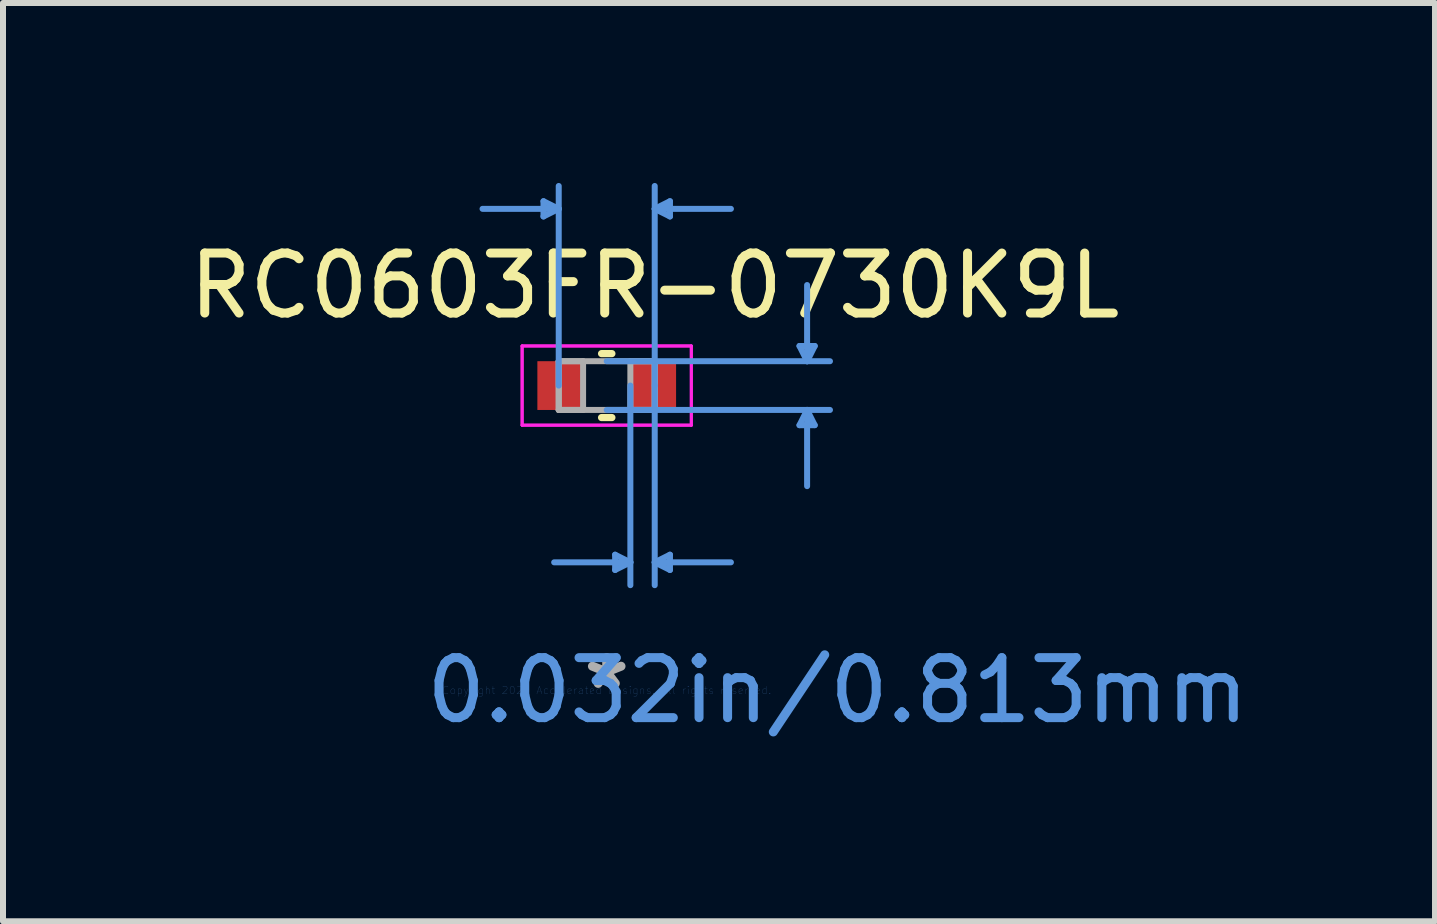
<source format=kicad_pcb>
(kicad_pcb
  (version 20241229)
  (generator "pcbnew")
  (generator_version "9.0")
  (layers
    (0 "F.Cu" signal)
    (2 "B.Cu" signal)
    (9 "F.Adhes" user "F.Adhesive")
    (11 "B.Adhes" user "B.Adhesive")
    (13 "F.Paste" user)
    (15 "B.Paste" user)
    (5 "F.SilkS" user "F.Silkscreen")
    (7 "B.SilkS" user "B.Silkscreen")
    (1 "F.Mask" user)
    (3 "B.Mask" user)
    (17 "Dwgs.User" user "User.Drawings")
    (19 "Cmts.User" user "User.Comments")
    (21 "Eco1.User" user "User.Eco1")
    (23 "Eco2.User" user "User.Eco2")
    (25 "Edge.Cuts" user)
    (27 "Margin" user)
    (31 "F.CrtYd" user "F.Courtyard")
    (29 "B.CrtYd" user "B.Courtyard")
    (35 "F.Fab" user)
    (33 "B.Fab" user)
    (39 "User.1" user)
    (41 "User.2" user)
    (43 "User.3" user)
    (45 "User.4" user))
  (footprint "RC0603FR-0730K9L"
    (layer "F.Cu")
    (at 7.063 3.377)
    (property "Reference" "RC0603FR-0730K9L" (at 0.8 -1.664 0) (layer "F.SilkS") (effects (font (size 1 1) (thickness 0.15))))
    (attr through_hole)
    (fp_line (start -0.086 0.533) (end 0.086 0.533) (stroke (width 0.12) (type solid)) (layer "F.SilkS"))
    (fp_line (start 0.086 -0.533) (end -0.086 -0.533) (stroke (width 0.12) (type solid)) (layer "F.SilkS"))
    (fp_line (start -1.054 -3.073) (end -1.054 -2.819) (stroke (width 0.1) (type solid)) (layer "Cmts.User"))
    (fp_line (start -0.8 -2.946) (end -2.07 -2.946) (stroke (width 0.1) (type solid)) (layer "Cmts.User"))
    (fp_line (start -0.8 -2.946) (end -1.054 -3.073) (stroke (width 0.1) (type solid)) (layer "Cmts.User"))
    (fp_line (start -0.8 -2.946) (end -1.054 -2.819) (stroke (width 0.1) (type solid)) (layer "Cmts.User"))
    (fp_line (start -0.8 0) (end -0.8 -3.327) (stroke (width 0.1) (type solid)) (layer "Cmts.User"))
    (fp_line (start 0 -0.406) (end 3.721 -0.406) (stroke (width 0.1) (type solid)) (layer "Cmts.User"))
    (fp_line (start 0 0.406) (end 3.721 0.406) (stroke (width 0.1) (type solid)) (layer "Cmts.User"))
    (fp_line (start 0.14 2.819) (end 0.14 3.073) (stroke (width 0.1) (type solid)) (layer "Cmts.User"))
    (fp_line (start 0.394 0) (end 0.394 3.327) (stroke (width 0.1) (type solid)) (layer "Cmts.User"))
    (fp_line (start 0.394 2.946) (end -0.876 2.946) (stroke (width 0.1) (type solid)) (layer "Cmts.User"))
    (fp_line (start 0.394 2.946) (end 0.14 2.819) (stroke (width 0.1) (type solid)) (layer "Cmts.User"))
    (fp_line (start 0.394 2.946) (end 0.14 3.073) (stroke (width 0.1) (type solid)) (layer "Cmts.User"))
    (fp_line (start 0.8 -2.946) (end 1.054 -3.073) (stroke (width 0.1) (type solid)) (layer "Cmts.User"))
    (fp_line (start 0.8 -2.946) (end 1.054 -2.819) (stroke (width 0.1) (type solid)) (layer "Cmts.User"))
    (fp_line (start 0.8 -2.946) (end 2.07 -2.946) (stroke (width 0.1) (type solid)) (layer "Cmts.User"))
    (fp_line (start 0.8 0) (end 0.8 -3.327) (stroke (width 0.1) (type solid)) (layer "Cmts.User"))
    (fp_line (start 0.8 0) (end 0.8 3.327) (stroke (width 0.1) (type solid)) (layer "Cmts.User"))
    (fp_line (start 0.8 2.946) (end 1.054 2.819) (stroke (width 0.1) (type solid)) (layer "Cmts.User"))
    (fp_line (start 0.8 2.946) (end 1.054 3.073) (stroke (width 0.1) (type solid)) (layer "Cmts.User"))
    (fp_line (start 0.8 2.946) (end 2.07 2.946) (stroke (width 0.1) (type solid)) (layer "Cmts.User"))
    (fp_line (start 1.054 -3.073) (end 1.054 -2.819) (stroke (width 0.1) (type solid)) (layer "Cmts.User"))
    (fp_line (start 1.054 2.819) (end 1.054 3.073) (stroke (width 0.1) (type solid)) (layer "Cmts.User"))
    (fp_line (start 3.213 -0.66) (end 3.467 -0.66) (stroke (width 0.1) (type solid)) (layer "Cmts.User"))
    (fp_line (start 3.213 0.66) (end 3.467 0.66) (stroke (width 0.1) (type solid)) (layer "Cmts.User"))
    (fp_line (start 3.34 -0.406) (end 3.213 -0.66) (stroke (width 0.1) (type solid)) (layer "Cmts.User"))
    (fp_line (start 3.34 -0.406) (end 3.34 -1.676) (stroke (width 0.1) (type solid)) (layer "Cmts.User"))
    (fp_line (start 3.34 -0.406) (end 3.467 -0.66) (stroke (width 0.1) (type solid)) (layer "Cmts.User"))
    (fp_line (start 3.34 0.406) (end 3.213 0.66) (stroke (width 0.1) (type solid)) (layer "Cmts.User"))
    (fp_line (start 3.34 0.406) (end 3.34 1.676) (stroke (width 0.1) (type solid)) (layer "Cmts.User"))
    (fp_line (start 3.34 0.406) (end 3.467 0.66) (stroke (width 0.1) (type solid)) (layer "Cmts.User"))
    (fp_line (start -1.41 -0.66) (end 1.41 -0.66) (stroke (width 0.05) (type solid)) (layer "F.CrtYd"))
    (fp_line (start -1.41 -0.66) (end 1.41 -0.66) (stroke (width 0.05) (type solid)) (layer "F.CrtYd"))
    (fp_line (start -1.41 0.66) (end -1.41 -0.66) (stroke (width 0.05) (type solid)) (layer "F.CrtYd"))
    (fp_line (start -1.41 0.66) (end -1.41 -0.66) (stroke (width 0.05) (type solid)) (layer "F.CrtYd"))
    (fp_line (start 1.41 -0.66) (end 1.41 0.66) (stroke (width 0.05) (type solid)) (layer "F.CrtYd"))
    (fp_line (start 1.41 -0.66) (end 1.41 0.66) (stroke (width 0.05) (type solid)) (layer "F.CrtYd"))
    (fp_line (start 1.41 0.66) (end -1.41 0.66) (stroke (width 0.05) (type solid)) (layer "F.CrtYd"))
    (fp_line (start 1.41 0.66) (end -1.41 0.66) (stroke (width 0.05) (type solid)) (layer "F.CrtYd"))
    (fp_line (start -0.8 -0.406) (end -0.8 0.406) (stroke (width 0.1) (type solid)) (layer "F.Fab"))
    (fp_line (start -0.8 -0.406) (end -0.8 0.406) (stroke (width 0.1) (type solid)) (layer "F.Fab"))
    (fp_line (start -0.8 0.406) (end -0.394 0.406) (stroke (width 0.1) (type solid)) (layer "F.Fab"))
    (fp_line (start -0.8 0.406) (end 0.8 0.406) (stroke (width 0.1) (type solid)) (layer "F.Fab"))
    (fp_line (start -0.394 -0.406) (end -0.8 -0.406) (stroke (width 0.1) (type solid)) (layer "F.Fab"))
    (fp_line (start -0.394 0.406) (end -0.394 -0.406) (stroke (width 0.1) (type solid)) (layer "F.Fab"))
    (fp_line (start 0.394 -0.406) (end 0.394 0.406) (stroke (width 0.1) (type solid)) (layer "F.Fab"))
    (fp_line (start 0.394 0.406) (end 0.8 0.406) (stroke (width 0.1) (type solid)) (layer "F.Fab"))
    (fp_line (start 0.8 -0.406) (end -0.8 -0.406) (stroke (width 0.1) (type solid)) (layer "F.Fab"))
    (fp_line (start 0.8 -0.406) (end 0.394 -0.406) (stroke (width 0.1) (type solid)) (layer "F.Fab"))
    (fp_line (start 0.8 0.406) (end 0.8 -0.406) (stroke (width 0.1) (type solid)) (layer "F.Fab"))
    (fp_line (start 0.8 0.406) (end 0.8 -0.406) (stroke (width 0.1) (type solid)) (layer "F.Fab"))
    (fp_text user "Copyright 2021 Accelerated Designs. All rights reserved." (at 0 5.08 0) (layer "Cmts.User") (effects (font (size 0.127 0.127) (thickness 0.002))))
    (fp_text user "0.032in/0.813mm" (at 3.848 5.08 0) (layer "Cmts.User") (effects (font (size 1 1) (thickness 0.15))))
    (fp_text user "*" (at 0 5.08 0) (layer "F.Fab") (effects (font (size 1 1) (thickness 0.15))))
    (pad "1" smd rect (at -0.775 0) (size 0.762 0.813) (layers "F.Cu" "F.Mask" "F.Paste"))
    (pad "2" smd rect (at 0.775 0) (size 0.762 0.813) (layers "F.Cu" "F.Mask" "F.Paste")))
  (gr_rect
    (start -3 -3)
    (end 20.869 12.306)
    (stroke (width 0.1) (type default))
    (fill no)
    (layer "Edge.Cuts")))
</source>
